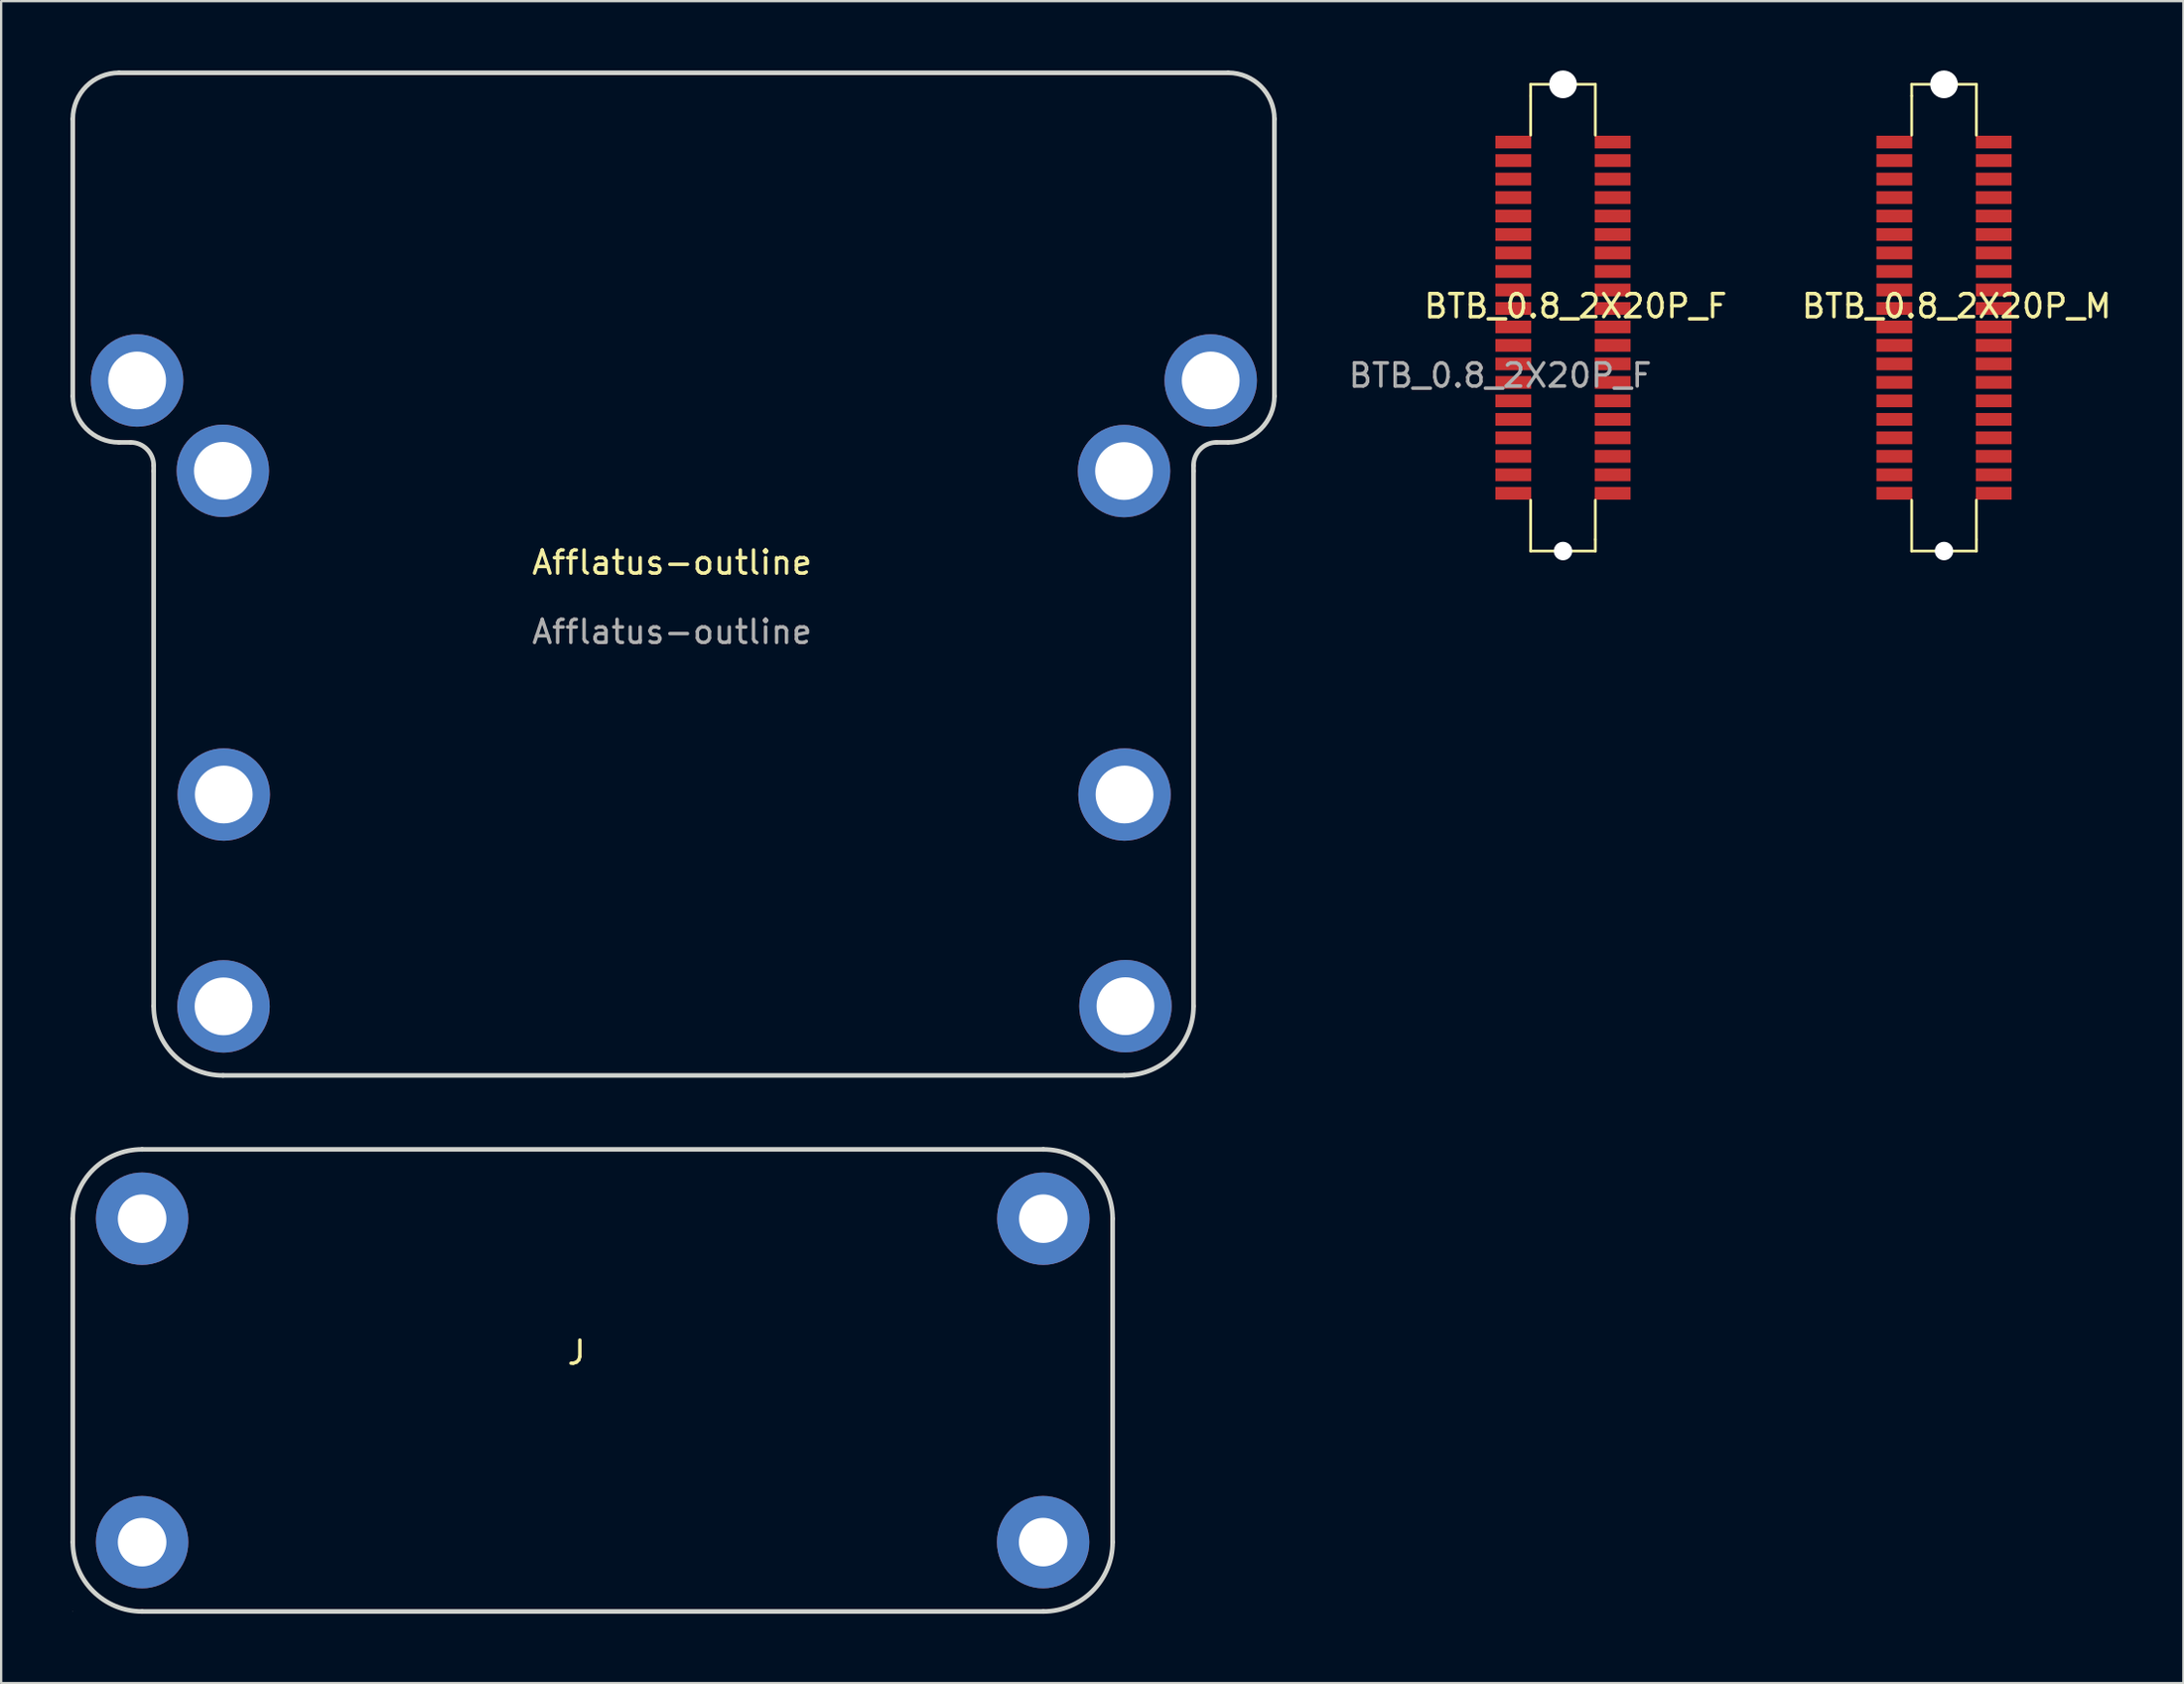
<source format=kicad_pcb>
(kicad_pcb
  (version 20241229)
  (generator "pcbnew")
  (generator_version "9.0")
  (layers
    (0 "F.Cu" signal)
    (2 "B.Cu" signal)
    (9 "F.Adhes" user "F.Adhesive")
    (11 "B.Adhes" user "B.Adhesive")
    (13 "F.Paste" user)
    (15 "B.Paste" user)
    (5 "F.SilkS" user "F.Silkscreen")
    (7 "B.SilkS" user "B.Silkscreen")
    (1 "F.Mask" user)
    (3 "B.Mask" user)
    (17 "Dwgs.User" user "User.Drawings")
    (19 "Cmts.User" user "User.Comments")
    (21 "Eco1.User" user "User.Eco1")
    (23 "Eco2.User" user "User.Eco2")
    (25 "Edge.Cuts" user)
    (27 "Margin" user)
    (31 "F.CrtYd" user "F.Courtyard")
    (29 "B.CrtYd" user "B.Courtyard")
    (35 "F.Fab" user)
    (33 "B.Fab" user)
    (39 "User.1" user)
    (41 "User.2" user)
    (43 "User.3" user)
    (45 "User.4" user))
  (footprint "Afflatus-outline"
    (layer "F.Cu")
    (at 26.034 21.798)
    (property "Reference" "Afflatus-outline" (at 0 -0.5 0) (unlocked yes) (layer "F.SilkS") (effects (font (size 1 1) (thickness 0.15))))
    (attr through_hole)
    (fp_line (start -23.15 -8.38) (end -23.15 -7.54) (stroke (width 0.2) (type default)) (layer "F.Cu"))
    (fp_line (start -19.44 -4.47) (end -19.44 -3.47) (stroke (width 0.2) (type default)) (layer "F.Cu"))
    (fp_line (start -19.4 9.54) (end -19.4 10.44) (stroke (width 0.2) (type default)) (layer "F.Cu"))
    (fp_line (start -25.934 -19.698) (end -25.934 -7.701) (stroke (width 0.2) (type solid)) (layer "Edge.Cuts"))
    (fp_line (start -23.934 -21.698) (end 24.066 -21.698) (stroke (width 0.2) (type solid)) (layer "Edge.Cuts"))
    (fp_line (start -23.934 -5.701) (end -23.434 -5.701) (stroke (width 0.2) (type solid)) (layer "Edge.Cuts"))
    (fp_line (start -22.434 -4.461) (end -22.434 -4.701) (stroke (width 0.2) (type solid)) (layer "Edge.Cuts"))
    (fp_line (start -22.434 18.698) (end -22.434 -4.461) (stroke (width 0.2) (type solid)) (layer "Edge.Cuts"))
    (fp_line (start -19.434 21.698) (end 19.566 21.698) (stroke (width 0.2) (type solid)) (layer "Edge.Cuts"))
    (fp_line (start 22.566 -4.701) (end 22.566 -4.461) (stroke (width 0.2) (type solid)) (layer "Edge.Cuts"))
    (fp_line (start 22.566 -4.461) (end 22.566 18.698) (stroke (width 0.2) (type solid)) (layer "Edge.Cuts"))
    (fp_line (start 23.566 -5.701) (end 24.066 -5.701) (stroke (width 0.2) (type solid)) (layer "Edge.Cuts"))
    (fp_line (start 26.066 -19.698) (end 26.066 -7.701) (stroke (width 0.2) (type solid)) (layer "Edge.Cuts"))
    (fp_arc (start -25.93373 -19.698018) (mid -25.347944 -21.112232) (end -23.93373 -21.698018) (stroke (width 0.2) (type solid)) (layer "Edge.Cuts"))
    (fp_arc (start -23.93373 -5.70125) (mid -25.347944 -6.287036) (end -25.93373 -7.70125) (stroke (width 0.2) (type solid)) (layer "Edge.Cuts"))
    (fp_arc (start -23.43373 -5.70125) (mid -22.726623 -5.408357) (end -22.43373 -4.70125) (stroke (width 0.2) (type solid)) (layer "Edge.Cuts"))
    (fp_arc (start -19.43373 21.698019) (mid -21.55505 20.819339) (end -22.43373 18.698019) (stroke (width 0.2) (type solid)) (layer "Edge.Cuts"))
    (fp_arc (start 22.56627 -4.70125) (mid 22.859151 -5.408379) (end 23.56627 -5.70125) (stroke (width 0.2) (type solid)) (layer "Edge.Cuts"))
    (fp_arc (start 22.56627 18.698019) (mid 21.687589 20.819337) (end 19.56627 21.698019) (stroke (width 0.2) (type solid)) (layer "Edge.Cuts"))
    (fp_arc (start 24.06627 -21.698018) (mid 25.480485 -21.112232) (end 26.06627 -19.698018) (stroke (width 0.2) (type solid)) (layer "Edge.Cuts"))
    (fp_arc (start 26.06627 -7.70125) (mid 25.480471 -6.287059) (end 24.06627 -5.70125) (stroke (width 0.2) (type solid)) (layer "Edge.Cuts"))
    (fp_text user "${REFERENCE}" (at 0 2.5 0) (unlocked yes) (layer "F.Fab") (effects (font (size 1 1) (thickness 0.15))))
    (pad "" thru_hole circle (at -23.15 -8.38) (size 4 4) (drill 2.5) (layers "*.Cu" "*.Mask"))
    (pad "" thru_hole circle (at -19.44 -4.47) (size 4 4) (drill 2.5) (layers "*.Cu" "*.Mask"))
    (pad "" thru_hole circle (at -19.41 18.71) (size 4 4) (drill 2.5) (layers "*.Cu" "*.Mask"))
    (pad "" thru_hole circle (at -19.4 9.54) (size 4 4) (drill 2.5) (layers "*.Cu" "*.Mask"))
    (pad "" thru_hole circle (at 19.56 -4.46) (size 4 4) (drill 2.5) (layers "*.Cu" "*.Mask"))
    (pad "" thru_hole circle (at 19.58 9.54) (size 4 4) (drill 2.5) (layers "*.Cu" "*.Mask"))
    (pad "" thru_hole circle (at 19.62 18.7) (size 4 4) (drill 2.5) (layers "*.Cu" "*.Mask"))
    (pad "" thru_hole circle (at 23.31 -8.38) (size 4 4) (drill 2.5) (layers "*.Cu" "*.Mask")))
  (footprint "BTB_0.8_2X20P_F"
    (layer "F.Cu")
    (at 64.59 10.7)
    (property "Reference" "BTB_0.8_2X20P_F" (at 0.545 -0.5 0) (unlocked yes) (layer "F.SilkS") (effects (font (size 1 1) (thickness 0.15))))
    (attr smd)
    (fp_line (start -1.4 -10.1) (end -0.6 -10.1) (stroke (width 0.12) (type default)) (layer "F.SilkS"))
    (fp_line (start -1.4 -9.6) (end -1.4 -10.1) (stroke (width 0.12) (type default)) (layer "F.SilkS"))
    (fp_line (start -1.4 -7.9) (end -1.4 -9.6) (stroke (width 0.12) (type default)) (layer "F.SilkS"))
    (fp_line (start -1.4 10.1) (end -1.4 7.9) (stroke (width 0.12) (type default)) (layer "F.SilkS"))
    (fp_line (start -0.4 10.1) (end -1.4 10.1) (stroke (width 0.12) (type default)) (layer "F.SilkS"))
    (fp_line (start 0.6 -10.1) (end 1.4 -10.1) (stroke (width 0.12) (type default)) (layer "F.SilkS"))
    (fp_line (start 1.4 -10.1) (end 1.4 -7.9) (stroke (width 0.12) (type default)) (layer "F.SilkS"))
    (fp_line (start 1.4 7.9) (end 1.4 9.6) (stroke (width 0.12) (type default)) (layer "F.SilkS"))
    (fp_line (start 1.4 9.6) (end 1.4 10.1) (stroke (width 0.12) (type default)) (layer "F.SilkS"))
    (fp_line (start 1.4 10.1) (end 0.4 10.1) (stroke (width 0.12) (type default)) (layer "F.SilkS"))
    (fp_text user "${REFERENCE}" (at -2.717 2.5 0) (unlocked yes) (layer "F.Fab") (effects (font (size 1 1) (thickness 0.15))))
    (pad "" np_thru_hole circle (at 0 -10.1) (size 1.2 1.2) (drill 1.2) (layers "*.Cu" "*.Mask"))
    (pad "" np_thru_hole circle (at 0 10.1) (size 0.8 0.8) (drill 0.8) (layers "*.Cu" "*.Mask"))
    (pad "1" smd rect (at -2.15 -7.6) (size 1.55 0.55) (layers "F.Cu" "F.Mask" "F.Paste"))
    (pad "2" smd rect (at 2.15 -7.6) (size 1.55 0.55) (layers "F.Cu" "F.Mask" "F.Paste"))
    (pad "3" smd rect (at -2.15 -6.8) (size 1.55 0.55) (layers "F.Cu" "F.Mask" "F.Paste"))
    (pad "4" smd rect (at 2.15 -6.8) (size 1.55 0.55) (layers "F.Cu" "F.Mask" "F.Paste"))
    (pad "5" smd rect (at -2.15 -6) (size 1.55 0.55) (layers "F.Cu" "F.Mask" "F.Paste"))
    (pad "6" smd rect (at 2.15 -6) (size 1.55 0.55) (layers "F.Cu" "F.Mask" "F.Paste"))
    (pad "7" smd rect (at -2.15 -5.2) (size 1.55 0.55) (layers "F.Cu" "F.Mask" "F.Paste"))
    (pad "8" smd rect (at 2.15 -5.2) (size 1.55 0.55) (layers "F.Cu" "F.Mask" "F.Paste"))
    (pad "9" smd rect (at -2.15 -4.4) (size 1.55 0.55) (layers "F.Cu" "F.Mask" "F.Paste"))
    (pad "10" smd rect (at 2.15 -4.4) (size 1.55 0.55) (layers "F.Cu" "F.Mask" "F.Paste"))
    (pad "11" smd rect (at -2.15 -3.6) (size 1.55 0.55) (layers "F.Cu" "F.Mask" "F.Paste"))
    (pad "12" smd rect (at 2.15 -3.6) (size 1.55 0.55) (layers "F.Cu" "F.Mask" "F.Paste"))
    (pad "13" smd rect (at -2.15 -2.8) (size 1.55 0.55) (layers "F.Cu" "F.Mask" "F.Paste"))
    (pad "14" smd rect (at 2.15 -2.8) (size 1.55 0.55) (layers "F.Cu" "F.Mask" "F.Paste"))
    (pad "15" smd rect (at -2.15 -2) (size 1.55 0.55) (layers "F.Cu" "F.Mask" "F.Paste"))
    (pad "16" smd rect (at 2.15 -2) (size 1.55 0.55) (layers "F.Cu" "F.Mask" "F.Paste"))
    (pad "17" smd rect (at -2.15 -1.2) (size 1.55 0.55) (layers "F.Cu" "F.Mask" "F.Paste"))
    (pad "18" smd rect (at 2.15 -1.2) (size 1.55 0.55) (layers "F.Cu" "F.Mask" "F.Paste"))
    (pad "19" smd rect (at -2.15 -0.4) (size 1.55 0.55) (layers "F.Cu" "F.Mask" "F.Paste"))
    (pad "20" smd rect (at 2.15 -0.4) (size 1.55 0.55) (layers "F.Cu" "F.Mask" "F.Paste"))
    (pad "21" smd rect (at -2.15 0.4) (size 1.55 0.55) (layers "F.Cu" "F.Mask" "F.Paste"))
    (pad "22" smd rect (at 2.15 0.4) (size 1.55 0.55) (layers "F.Cu" "F.Mask" "F.Paste"))
    (pad "23" smd rect (at -2.15 1.2) (size 1.55 0.55) (layers "F.Cu" "F.Mask" "F.Paste"))
    (pad "24" smd rect (at 2.15 1.2) (size 1.55 0.55) (layers "F.Cu" "F.Mask" "F.Paste"))
    (pad "25" smd rect (at -2.15 2) (size 1.55 0.55) (layers "F.Cu" "F.Mask" "F.Paste"))
    (pad "26" smd rect (at 2.15 2) (size 1.55 0.55) (layers "F.Cu" "F.Mask" "F.Paste"))
    (pad "27" smd rect (at -2.15 2.8) (size 1.55 0.55) (layers "F.Cu" "F.Mask" "F.Paste"))
    (pad "28" smd rect (at 2.15 2.8) (size 1.55 0.55) (layers "F.Cu" "F.Mask" "F.Paste"))
    (pad "29" smd rect (at 2.15 3.6) (size 1.55 0.55) (layers "F.Cu" "F.Mask" "F.Paste"))
    (pad "30" smd rect (at -2.15 3.6) (size 1.55 0.55) (layers "F.Cu" "F.Mask" "F.Paste"))
    (pad "31" smd rect (at 2.15 4.4) (size 1.55 0.55) (layers "F.Cu" "F.Mask" "F.Paste"))
    (pad "32" smd rect (at -2.15 4.4) (size 1.55 0.55) (layers "F.Cu" "F.Mask" "F.Paste"))
    (pad "33" smd rect (at 2.15 5.2) (size 1.55 0.55) (layers "F.Cu" "F.Mask" "F.Paste"))
    (pad "34" smd rect (at -2.15 5.2) (size 1.55 0.55) (layers "F.Cu" "F.Mask" "F.Paste"))
    (pad "35" smd rect (at 2.15 6) (size 1.55 0.55) (layers "F.Cu" "F.Mask" "F.Paste"))
    (pad "36" smd rect (at -2.15 6) (size 1.55 0.55) (layers "F.Cu" "F.Mask" "F.Paste"))
    (pad "37" smd rect (at 2.15 6.8) (size 1.55 0.55) (layers "F.Cu" "F.Mask" "F.Paste"))
    (pad "38" smd rect (at -2.15 6.8) (size 1.55 0.55) (layers "F.Cu" "F.Mask" "F.Paste"))
    (pad "39" smd rect (at 2.15 7.6) (size 1.55 0.55) (layers "F.Cu" "F.Mask" "F.Paste"))
    (pad "40" smd rect (at -2.15 7.6) (size 1.55 0.55) (layers "F.Cu" "F.Mask" "F.Paste")))
  (footprint "J"
    (layer "F.Cu")
    (at 21.9 55.996)
    (property "Reference" "J" (at 0 -0.5 0) (unlocked yes) (layer "F.SilkS") (effects (font (size 1 1) (thickness 0.15))))
    (attr through_hole)
    (fp_line (start -21.8 7.7) (end -21.8 -6.3) (stroke (width 0.2) (type solid)) (layer "Edge.Cuts"))
    (fp_line (start -18.8 -9.3) (end 20.2 -9.3) (stroke (width 0.2) (type solid)) (layer "Edge.Cuts"))
    (fp_line (start 20.2 10.7) (end -18.8 10.7) (stroke (width 0.2) (type solid)) (layer "Edge.Cuts"))
    (fp_line (start 23.2 -6.3) (end 23.2 7.7) (stroke (width 0.2) (type solid)) (layer "Edge.Cuts"))
    (fp_arc (start -21.8 -6.3) (mid -20.92132 -8.42132) (end -18.8 -9.3) (stroke (width 0.2) (type solid)) (layer "Edge.Cuts"))
    (fp_arc (start -18.8 10.7) (mid -20.92132 9.82132) (end -21.8 7.7) (stroke (width 0.2) (type solid)) (layer "Edge.Cuts"))
    (fp_arc (start 20.2 -9.3) (mid 22.32132 -8.42132) (end 23.2 -6.3) (stroke (width 0.2) (type solid)) (layer "Edge.Cuts"))
    (fp_arc (start 23.2 7.7) (mid 22.32132 9.82132) (end 20.2 10.7) (stroke (width 0.2) (type solid)) (layer "Edge.Cuts"))
    (fp_circle (center -21.8 10.7) (end -21.79 10.7) (stroke (width 0.0001) (type solid)) (fill yes) (layer "Edge.Cuts"))
    (pad "" thru_hole circle (at -18.8 -6.3) (size 4 4) (drill 2.1) (layers "*.Cu" "*.Mask"))
    (pad "" thru_hole circle (at -18.8 7.7) (size 4 4) (drill 2.1) (layers "*.Cu" "*.Mask"))
    (pad "" thru_hole circle (at 20.192 7.699) (size 4 4) (drill 2.1) (layers "*.Cu" "*.Mask"))
    (pad "" thru_hole circle (at 20.2 -6.3) (size 4 4) (drill 2.1) (layers "*.Cu" "*.Mask")))
  (footprint "BTB_0.8_2X20P_M"
    (layer "F.Cu")
    (at 81.078 10.7)
    (property "Reference" "BTB_0.8_2X20P_M" (at 0.545 -0.5 0) (unlocked yes) (layer "F.SilkS") (effects (font (size 1 1) (thickness 0.15))))
    (attr smd)
    (fp_line (start -1.4 -10.1) (end -0.6 -10.1) (stroke (width 0.12) (type default)) (layer "F.SilkS"))
    (fp_line (start -1.4 -9.6) (end -1.4 -10.1) (stroke (width 0.12) (type default)) (layer "F.SilkS"))
    (fp_line (start -1.4 -7.9) (end -1.4 -9.6) (stroke (width 0.12) (type default)) (layer "F.SilkS"))
    (fp_line (start -1.4 10.1) (end -1.4 7.9) (stroke (width 0.12) (type default)) (layer "F.SilkS"))
    (fp_line (start -0.4 10.1) (end -1.4 10.1) (stroke (width 0.12) (type default)) (layer "F.SilkS"))
    (fp_line (start 0.6 -10.1) (end 1.4 -10.1) (stroke (width 0.12) (type default)) (layer "F.SilkS"))
    (fp_line (start 1.4 -10.1) (end 1.4 -7.9) (stroke (width 0.12) (type default)) (layer "F.SilkS"))
    (fp_line (start 1.4 7.9) (end 1.4 9.6) (stroke (width 0.12) (type default)) (layer "F.SilkS"))
    (fp_line (start 1.4 9.6) (end 1.4 10.1) (stroke (width 0.12) (type default)) (layer "F.SilkS"))
    (fp_line (start 1.4 10.1) (end 0.4 10.1) (stroke (width 0.12) (type default)) (layer "F.SilkS"))
    (pad "" np_thru_hole circle (at 0 -10.1) (size 1.2 1.2) (drill 1.2) (layers "*.Cu" "*.Mask"))
    (pad "" np_thru_hole circle (at 0 10.1) (size 0.8 0.8) (drill 0.8) (layers "*.Cu" "*.Mask"))
    (pad "1" smd rect (at -2.15 -7.6) (size 1.55 0.55) (layers "F.Cu" "F.Mask" "F.Paste"))
    (pad "2" smd rect (at 2.15 -7.6) (size 1.55 0.55) (layers "F.Cu" "F.Mask" "F.Paste"))
    (pad "3" smd rect (at -2.15 -6.8) (size 1.55 0.55) (layers "F.Cu" "F.Mask" "F.Paste"))
    (pad "4" smd rect (at 2.15 -6.8) (size 1.55 0.55) (layers "F.Cu" "F.Mask" "F.Paste"))
    (pad "5" smd rect (at -2.15 -6) (size 1.55 0.55) (layers "F.Cu" "F.Mask" "F.Paste"))
    (pad "6" smd rect (at 2.15 -6) (size 1.55 0.55) (layers "F.Cu" "F.Mask" "F.Paste"))
    (pad "7" smd rect (at -2.15 -5.2) (size 1.55 0.55) (layers "F.Cu" "F.Mask" "F.Paste"))
    (pad "8" smd rect (at 2.15 -5.2) (size 1.55 0.55) (layers "F.Cu" "F.Mask" "F.Paste"))
    (pad "9" smd rect (at -2.15 -4.4) (size 1.55 0.55) (layers "F.Cu" "F.Mask" "F.Paste"))
    (pad "10" smd rect (at 2.15 -4.4) (size 1.55 0.55) (layers "F.Cu" "F.Mask" "F.Paste"))
    (pad "11" smd rect (at -2.15 -3.6) (size 1.55 0.55) (layers "F.Cu" "F.Mask" "F.Paste"))
    (pad "12" smd rect (at 2.15 -3.6) (size 1.55 0.55) (layers "F.Cu" "F.Mask" "F.Paste"))
    (pad "13" smd rect (at -2.15 -2.8) (size 1.55 0.55) (layers "F.Cu" "F.Mask" "F.Paste"))
    (pad "14" smd rect (at 2.15 -2.8) (size 1.55 0.55) (layers "F.Cu" "F.Mask" "F.Paste"))
    (pad "15" smd rect (at -2.15 -2) (size 1.55 0.55) (layers "F.Cu" "F.Mask" "F.Paste"))
    (pad "16" smd rect (at 2.15 -2) (size 1.55 0.55) (layers "F.Cu" "F.Mask" "F.Paste"))
    (pad "17" smd rect (at -2.15 -1.2) (size 1.55 0.55) (layers "F.Cu" "F.Mask" "F.Paste"))
    (pad "18" smd rect (at 2.15 -1.2) (size 1.55 0.55) (layers "F.Cu" "F.Mask" "F.Paste"))
    (pad "19" smd rect (at -2.15 -0.4) (size 1.55 0.55) (layers "F.Cu" "F.Mask" "F.Paste"))
    (pad "20" smd rect (at 2.15 -0.4) (size 1.55 0.55) (layers "F.Cu" "F.Mask" "F.Paste"))
    (pad "21" smd rect (at -2.15 0.4) (size 1.55 0.55) (layers "F.Cu" "F.Mask" "F.Paste"))
    (pad "22" smd rect (at 2.15 0.4) (size 1.55 0.55) (layers "F.Cu" "F.Mask" "F.Paste"))
    (pad "23" smd rect (at -2.15 1.2) (size 1.55 0.55) (layers "F.Cu" "F.Mask" "F.Paste"))
    (pad "24" smd rect (at 2.15 1.2) (size 1.55 0.55) (layers "F.Cu" "F.Mask" "F.Paste"))
    (pad "25" smd rect (at -2.15 2) (size 1.55 0.55) (layers "F.Cu" "F.Mask" "F.Paste"))
    (pad "26" smd rect (at 2.15 2) (size 1.55 0.55) (layers "F.Cu" "F.Mask" "F.Paste"))
    (pad "27" smd rect (at -2.15 2.8) (size 1.55 0.55) (layers "F.Cu" "F.Mask" "F.Paste"))
    (pad "28" smd rect (at 2.15 2.8) (size 1.55 0.55) (layers "F.Cu" "F.Mask" "F.Paste"))
    (pad "29" smd rect (at 2.15 3.6) (size 1.55 0.55) (layers "F.Cu" "F.Mask" "F.Paste"))
    (pad "30" smd rect (at -2.15 3.6) (size 1.55 0.55) (layers "F.Cu" "F.Mask" "F.Paste"))
    (pad "31" smd rect (at 2.15 4.4) (size 1.55 0.55) (layers "F.Cu" "F.Mask" "F.Paste"))
    (pad "32" smd rect (at -2.15 4.4) (size 1.55 0.55) (layers "F.Cu" "F.Mask" "F.Paste"))
    (pad "33" smd rect (at 2.15 5.2) (size 1.55 0.55) (layers "F.Cu" "F.Mask" "F.Paste"))
    (pad "34" smd rect (at -2.15 5.2) (size 1.55 0.55) (layers "F.Cu" "F.Mask" "F.Paste"))
    (pad "35" smd rect (at 2.15 6) (size 1.55 0.55) (layers "F.Cu" "F.Mask" "F.Paste"))
    (pad "36" smd rect (at -2.15 6) (size 1.55 0.55) (layers "F.Cu" "F.Mask" "F.Paste"))
    (pad "37" smd rect (at 2.15 6.8) (size 1.55 0.55) (layers "F.Cu" "F.Mask" "F.Paste"))
    (pad "38" smd rect (at -2.15 6.8) (size 1.55 0.55) (layers "F.Cu" "F.Mask" "F.Paste"))
    (pad "39" smd rect (at 2.15 7.6) (size 1.55 0.55) (layers "F.Cu" "F.Mask" "F.Paste"))
    (pad "40" smd rect (at -2.15 7.6) (size 1.55 0.55) (layers "F.Cu" "F.Mask" "F.Paste")))
  (gr_rect
    (start -3 -3)
    (end 91.438 69.796)
    (stroke (width 0.1) (type default))
    (fill no)
    (layer "Edge.Cuts")))
</source>
